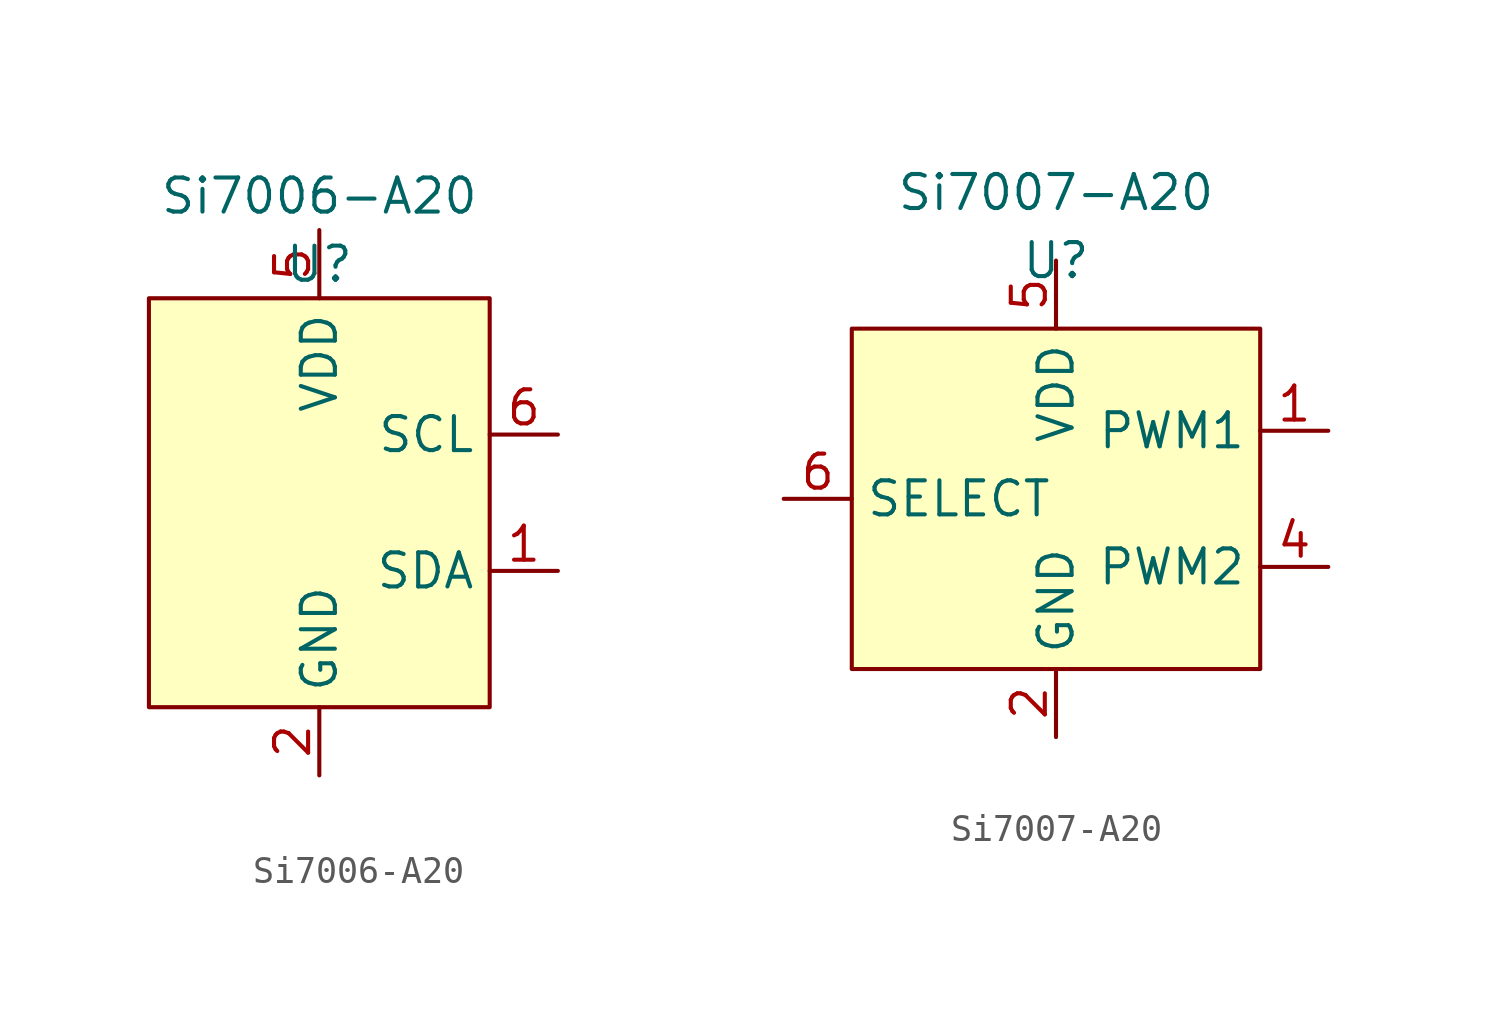
<source format=kicad_sym>
(kicad_symbol_lib
  (version 20220914)
  (generator kicad_symbol_editor)
  (symbol "Si7006-A20"
    (property "Reference" "U"
      (at 0 8.89 0)
      (effects (font (size 1.27 1.27))))
    (property "Value" "Si7006-A20"
      (at 0 11.43 0)
      (effects (font (size 1.27 1.27))))
    (symbol "Si7006-A20_0_1"
      (rectangle (start -6.35 7.62) (end 6.35 -7.62) (stroke (width 0) (type default) (color 0 0 0 0)) (fill (type background))))
    (symbol "Si7006-A20_1_1"
      (pin bidirectional line (at 8.89 -2.54 180) (length 2.54) (name "SDA" (effects (font (size 1.27 1.27)))) (number "1" (effects (font (size 1.27 1.27)))))
      (pin power_in line (at 0 -10.16 90) (length 2.54) (name "GND" (effects (font (size 1.27 1.27)))) (number "2" (effects (font (size 1.27 1.27)))))
      (pin power_in line (at 0 10.16 270) (length 2.54) (name "VDD" (effects (font (size 1.27 1.27)))) (number "5" (effects (font (size 1.27 1.27)))))
      (pin input line (at 8.89 2.54 180) (length 2.54) (name "SCL" (effects (font (size 1.27 1.27)))) (number "6" (effects (font (size 1.27 1.27)))))))
  (symbol "Si7007-A20"
    (property "Reference" "U"
      (at 0 8.89 0)
      (effects (font (size 1.27 1.27))))
    (property "Value" "Si7007-A20"
      (at 0 11.43 0)
      (effects (font (size 1.27 1.27))))
    (symbol "Si7007-A20_0_1"
      (rectangle (start -7.62 6.35) (end 7.62 -6.35) (stroke (width 0) (type default) (color 0 0 0 0)) (fill (type background))))
    (symbol "Si7007-A20_1_1"
      (pin output line (at 10.16 2.54 180) (length 2.54) (name "PWM1" (effects (font (size 1.27 1.27)))) (number "1" (effects (font (size 1.27 1.27)))))
      (pin power_in line (at 0 -8.89 90) (length 2.54) (name "GND" (effects (font (size 1.27 1.27)))) (number "2" (effects (font (size 1.27 1.27)))))
      (pin output line (at 10.16 -2.54 180) (length 2.54) (name "PWM2" (effects (font (size 1.27 1.27)))) (number "4" (effects (font (size 1.27 1.27)))))
      (pin power_in line (at 0 8.89 270) (length 2.54) (name "VDD" (effects (font (size 1.27 1.27)))) (number "5" (effects (font (size 1.27 1.27)))))
      (pin input line (at -10.16 0 0) (length 2.54) (name "SELECT" (effects (font (size 1.27 1.27)))) (number "6" (effects (font (size 1.27 1.27))))))))
</source>
